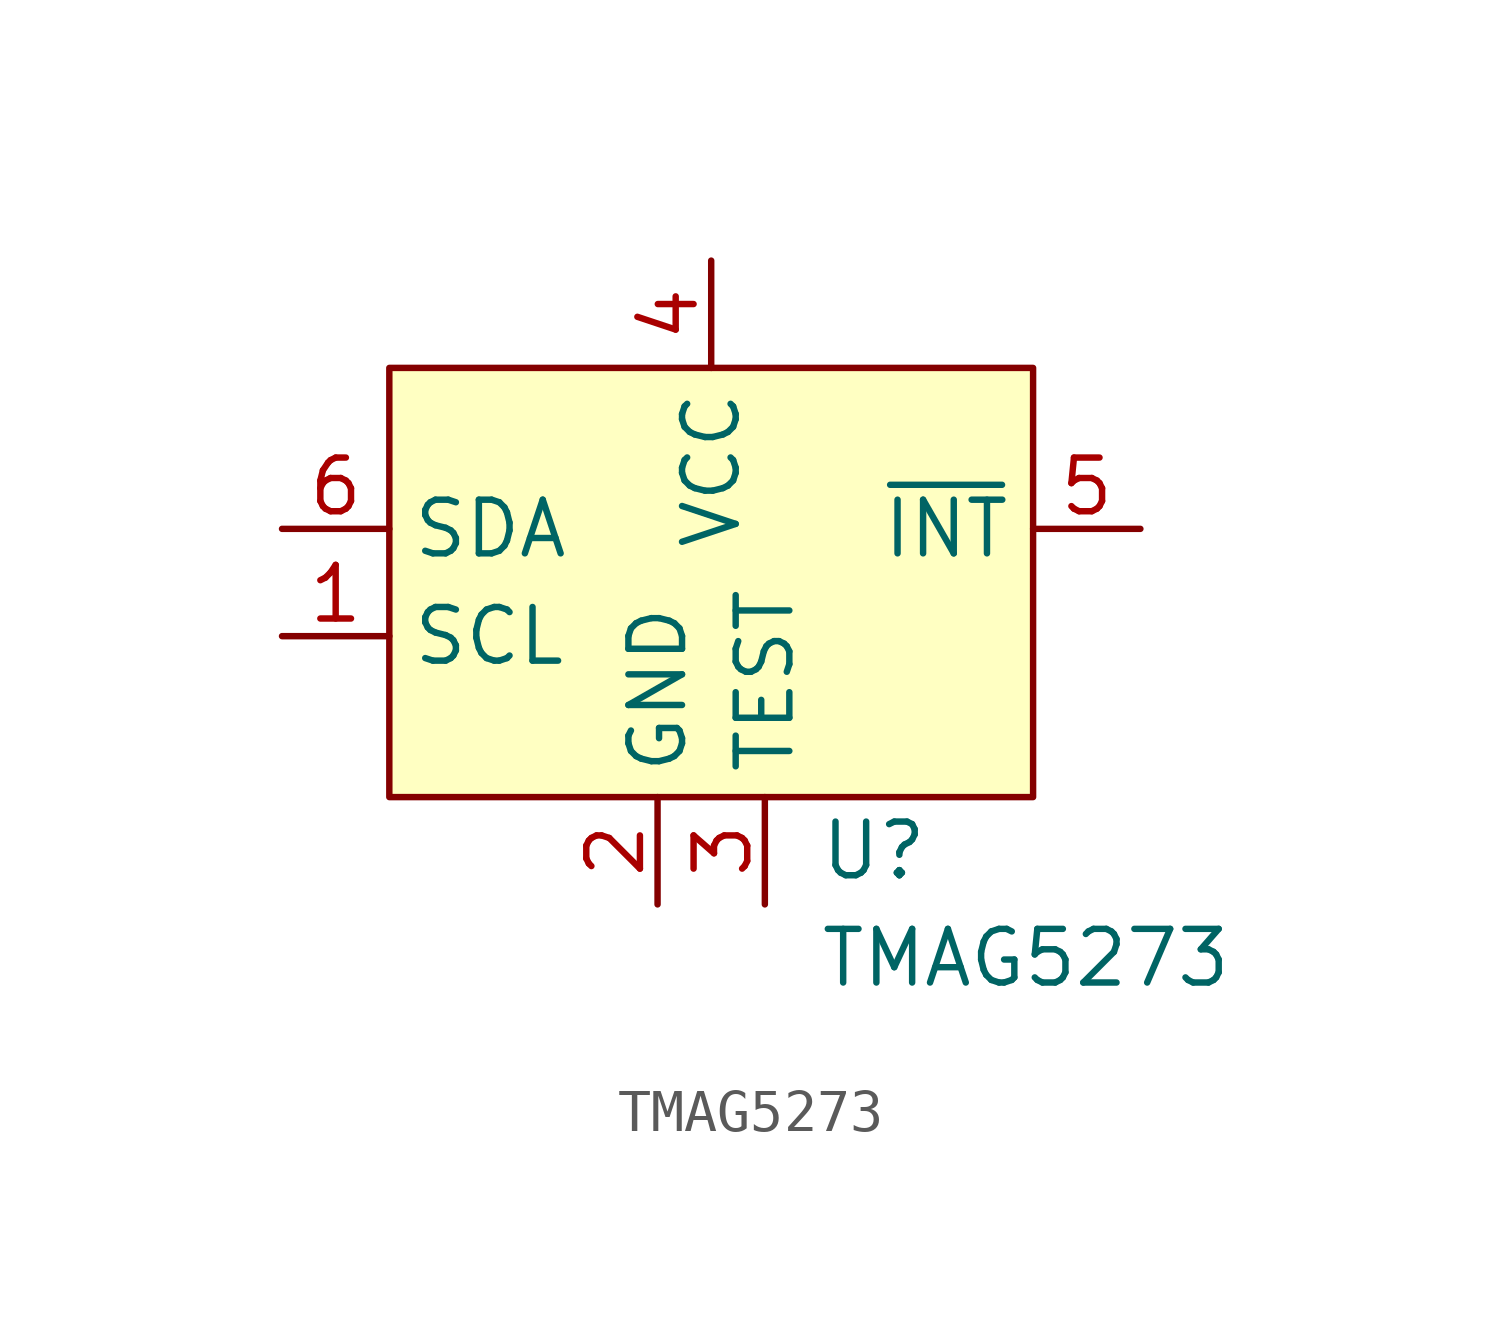
<source format=kicad_sym>
(kicad_symbol_lib
  (version 20211014)
  (generator kicad_symbol_editor)
  (symbol "TMAG5273"
    (property "Reference" "U"
      (at 2.54 -6.35 0)
      (effects (font (size 1.27 1.27)) (justify left)))
    (property "Value" "TMAG5273"
      (at 2.54 -8.89 0)
      (effects (font (size 1.27 1.27)) (justify left)))
    (symbol "TMAG5273_0_0"
      (pin bidirectional line (at -10.16 -1.27 0) (length 2.54) (name "SCL" (effects (font (size 1.27 1.27)))) (number "1" (effects (font (size 1.27 1.27)))))
      (pin power_in line (at -1.27 -7.62 90) (length 2.54) (name "GND" (effects (font (size 1.27 1.27)))) (number "2" (effects (font (size 1.27 1.27)))))
      (pin power_in line (at 1.27 -7.62 90) (length 2.54) (name "TEST" (effects (font (size 1.27 1.27)))) (number "3" (effects (font (size 1.27 1.27)))))
      (pin power_in line (at 0 7.62 270) (length 2.54) (name "VCC" (effects (font (size 1.27 1.27)))) (number "4" (effects (font (size 1.27 1.27)))))
      (pin bidirectional line (at 10.16 1.27 180) (length 2.54) (name "~{INT}" (effects (font (size 1.27 1.27)))) (number "5" (effects (font (size 1.27 1.27)))))
      (pin bidirectional line (at -10.16 1.27 0) (length 2.54) (name "SDA" (effects (font (size 1.27 1.27)))) (number "6" (effects (font (size 1.27 1.27))))))
    (symbol "TMAG5273_0_1"
      (rectangle (start -7.62 5.08) (end 7.62 -5.08) (stroke (width 0) (type default) (color 0 0 0 0)) (fill (type background))))))
</source>
